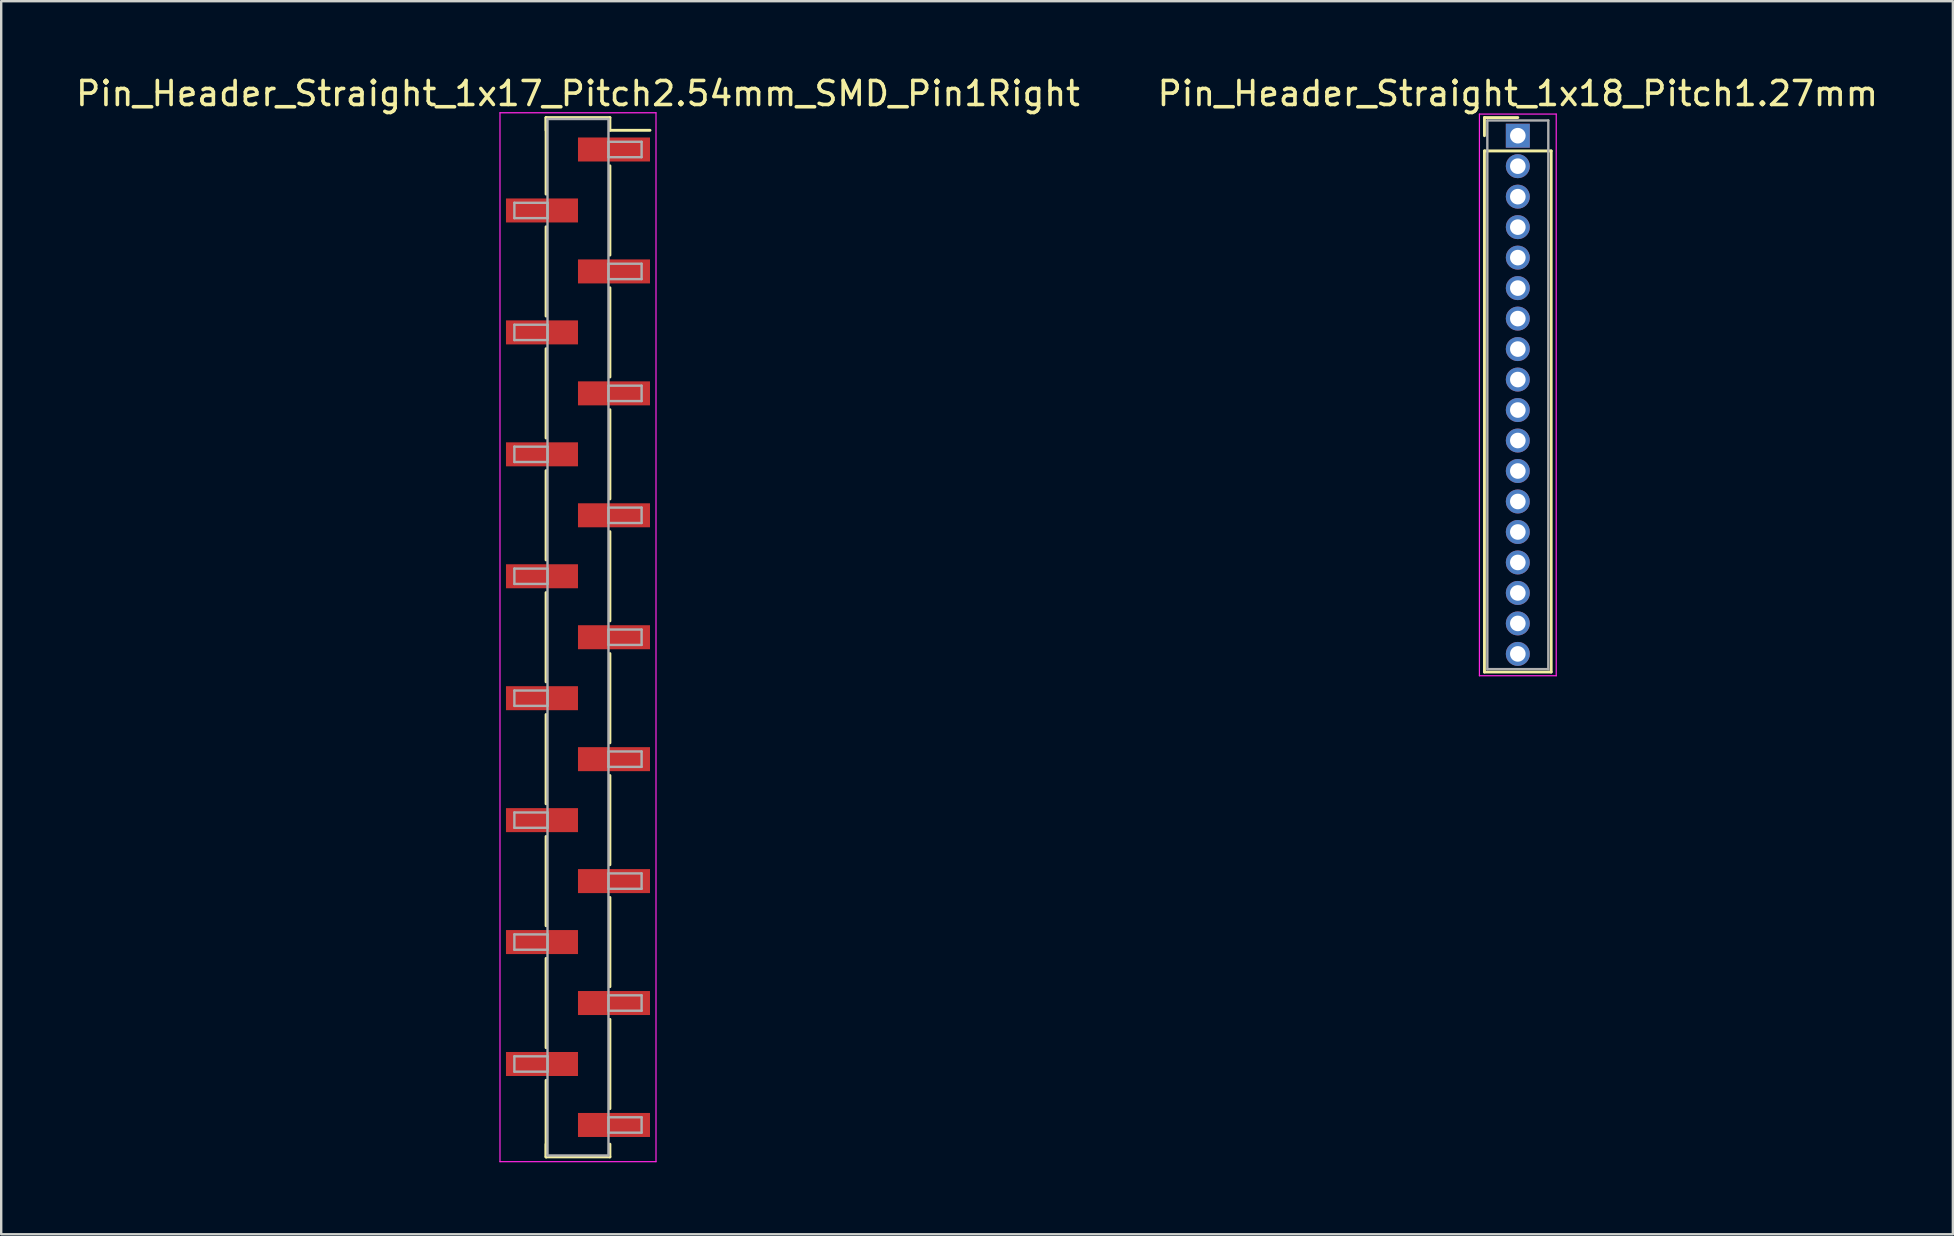
<source format=kicad_pcb>
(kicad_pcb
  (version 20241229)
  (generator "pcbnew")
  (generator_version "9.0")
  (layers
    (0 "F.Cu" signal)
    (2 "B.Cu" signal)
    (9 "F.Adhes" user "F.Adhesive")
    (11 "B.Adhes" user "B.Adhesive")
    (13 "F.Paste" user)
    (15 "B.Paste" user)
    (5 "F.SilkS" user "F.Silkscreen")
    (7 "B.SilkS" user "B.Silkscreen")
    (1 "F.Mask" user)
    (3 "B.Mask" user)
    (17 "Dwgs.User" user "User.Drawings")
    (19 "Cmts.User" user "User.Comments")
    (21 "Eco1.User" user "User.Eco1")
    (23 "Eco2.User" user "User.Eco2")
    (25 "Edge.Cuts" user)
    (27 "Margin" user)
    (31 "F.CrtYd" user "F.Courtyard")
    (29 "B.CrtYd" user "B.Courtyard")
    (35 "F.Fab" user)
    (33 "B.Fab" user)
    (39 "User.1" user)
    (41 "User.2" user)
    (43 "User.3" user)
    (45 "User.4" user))
  (footprint "Pin_Header_Straight_1x18_Pitch1.27mm"
    (layer "F.Cu")
    (at 60.185 2.603)
    (property "Reference" "Pin_Header_Straight_1x18_Pitch1.27mm" (at 0 -1.755 0) (layer "F.SilkS") (effects (font (size 1 1) (thickness 0.15))))
    (attr through_hole)
    (fp_line (start -1.39 -0.755) (end 0 -0.755) (stroke (width 0.12) (type solid)) (layer "F.SilkS"))
    (fp_line (start -1.39 0) (end -1.39 -0.755) (stroke (width 0.12) (type solid)) (layer "F.SilkS"))
    (fp_line (start -1.39 0.635) (end -1.39 22.345) (stroke (width 0.12) (type solid)) (layer "F.SilkS"))
    (fp_line (start -1.39 22.345) (end 1.39 22.345) (stroke (width 0.12) (type solid)) (layer "F.SilkS"))
    (fp_line (start 1.39 0.635) (end -1.39 0.635) (stroke (width 0.12) (type solid)) (layer "F.SilkS"))
    (fp_line (start 1.39 22.345) (end 1.39 0.635) (stroke (width 0.12) (type solid)) (layer "F.SilkS"))
    (fp_line (start -1.6 -0.9) (end -1.6 22.5) (stroke (width 0.05) (type solid)) (layer "F.CrtYd"))
    (fp_line (start -1.6 22.5) (end 1.6 22.5) (stroke (width 0.05) (type solid)) (layer "F.CrtYd"))
    (fp_line (start 1.6 -0.9) (end -1.6 -0.9) (stroke (width 0.05) (type solid)) (layer "F.CrtYd"))
    (fp_line (start 1.6 22.5) (end 1.6 -0.9) (stroke (width 0.05) (type solid)) (layer "F.CrtYd"))
    (fp_line (start -1.27 -0.635) (end -1.27 22.225) (stroke (width 0.1) (type solid)) (layer "F.Fab"))
    (fp_line (start -1.27 22.225) (end 1.27 22.225) (stroke (width 0.1) (type solid)) (layer "F.Fab"))
    (fp_line (start 1.27 -0.635) (end -1.27 -0.635) (stroke (width 0.1) (type solid)) (layer "F.Fab"))
    (fp_line (start 1.27 22.225) (end 1.27 -0.635) (stroke (width 0.1) (type solid)) (layer "F.Fab"))
    (pad "1" thru_hole rect (at 0 0) (size 1 1) (drill 0.65) (layers "*.Cu" "*.Mask"))
    (pad "2" thru_hole oval (at 0 1.27) (size 1 1) (drill 0.65) (layers "*.Cu" "*.Mask"))
    (pad "3" thru_hole oval (at 0 2.54) (size 1 1) (drill 0.65) (layers "*.Cu" "*.Mask"))
    (pad "4" thru_hole oval (at 0 3.81) (size 1 1) (drill 0.65) (layers "*.Cu" "*.Mask"))
    (pad "5" thru_hole oval (at 0 5.08) (size 1 1) (drill 0.65) (layers "*.Cu" "*.Mask"))
    (pad "6" thru_hole oval (at 0 6.35) (size 1 1) (drill 0.65) (layers "*.Cu" "*.Mask"))
    (pad "7" thru_hole oval (at 0 7.62) (size 1 1) (drill 0.65) (layers "*.Cu" "*.Mask"))
    (pad "8" thru_hole oval (at 0 8.89) (size 1 1) (drill 0.65) (layers "*.Cu" "*.Mask"))
    (pad "9" thru_hole oval (at 0 10.16) (size 1 1) (drill 0.65) (layers "*.Cu" "*.Mask"))
    (pad "10" thru_hole oval (at 0 11.43) (size 1 1) (drill 0.65) (layers "*.Cu" "*.Mask"))
    (pad "11" thru_hole oval (at 0 12.7) (size 1 1) (drill 0.65) (layers "*.Cu" "*.Mask"))
    (pad "12" thru_hole oval (at 0 13.97) (size 1 1) (drill 0.65) (layers "*.Cu" "*.Mask"))
    (pad "13" thru_hole oval (at 0 15.24) (size 1 1) (drill 0.65) (layers "*.Cu" "*.Mask"))
    (pad "14" thru_hole oval (at 0 16.51) (size 1 1) (drill 0.65) (layers "*.Cu" "*.Mask"))
    (pad "15" thru_hole oval (at 0 17.78) (size 1 1) (drill 0.65) (layers "*.Cu" "*.Mask"))
    (pad "16" thru_hole oval (at 0 19.05) (size 1 1) (drill 0.65) (layers "*.Cu" "*.Mask"))
    (pad "17" thru_hole oval (at 0 20.32) (size 1 1) (drill 0.65) (layers "*.Cu" "*.Mask"))
    (pad "18" thru_hole oval (at 0 21.59) (size 1 1) (drill 0.65) (layers "*.Cu" "*.Mask")))
  (footprint "Pin_Header_Straight_1x17_Pitch2.54mm_SMD_Pin1Right"
    (layer "F.Cu")
    (at 21.03 23.498)
    (property "Reference" "Pin_Header_Straight_1x17_Pitch2.54mm_SMD_Pin1Right" (at 0 -22.65 0) (layer "F.SilkS") (effects (font (size 1 1) (thickness 0.15))))
    (attr smd)
    (fp_line (start -1.33 -21.65) (end -1.33 -18.46) (stroke (width 0.12) (type solid)) (layer "F.SilkS"))
    (fp_line (start -1.33 -21.65) (end 1.33 -21.65) (stroke (width 0.12) (type solid)) (layer "F.SilkS"))
    (fp_line (start -1.33 -21.12) (end -1.33 -21.65) (stroke (width 0.12) (type solid)) (layer "F.SilkS"))
    (fp_line (start -1.33 -17.1) (end -1.33 -13.38) (stroke (width 0.12) (type solid)) (layer "F.SilkS"))
    (fp_line (start -1.33 -12.02) (end -1.33 -8.3) (stroke (width 0.12) (type solid)) (layer "F.SilkS"))
    (fp_line (start -1.33 -6.94) (end -1.33 -3.22) (stroke (width 0.12) (type solid)) (layer "F.SilkS"))
    (fp_line (start -1.33 -1.86) (end -1.33 1.86) (stroke (width 0.12) (type solid)) (layer "F.SilkS"))
    (fp_line (start -1.33 3.22) (end -1.33 6.94) (stroke (width 0.12) (type solid)) (layer "F.SilkS"))
    (fp_line (start -1.33 8.3) (end -1.33 12.02) (stroke (width 0.12) (type solid)) (layer "F.SilkS"))
    (fp_line (start -1.33 13.38) (end -1.33 17.1) (stroke (width 0.12) (type solid)) (layer "F.SilkS"))
    (fp_line (start -1.33 18.46) (end -1.33 21.65) (stroke (width 0.12) (type solid)) (layer "F.SilkS"))
    (fp_line (start -1.33 21.12) (end -1.33 21.65) (stroke (width 0.12) (type solid)) (layer "F.SilkS"))
    (fp_line (start -1.33 21.65) (end 1.33 21.65) (stroke (width 0.12) (type solid)) (layer "F.SilkS"))
    (fp_line (start 1.33 -21.65) (end 1.33 -21.12) (stroke (width 0.12) (type solid)) (layer "F.SilkS"))
    (fp_line (start 1.33 -21.12) (end 3 -21.12) (stroke (width 0.12) (type solid)) (layer "F.SilkS"))
    (fp_line (start 1.33 -19.64) (end 1.33 -15.92) (stroke (width 0.12) (type solid)) (layer "F.SilkS"))
    (fp_line (start 1.33 -14.56) (end 1.33 -10.84) (stroke (width 0.12) (type solid)) (layer "F.SilkS"))
    (fp_line (start 1.33 -9.48) (end 1.33 -5.76) (stroke (width 0.12) (type solid)) (layer "F.SilkS"))
    (fp_line (start 1.33 -4.4) (end 1.33 -0.68) (stroke (width 0.12) (type solid)) (layer "F.SilkS"))
    (fp_line (start 1.33 0.68) (end 1.33 4.4) (stroke (width 0.12) (type solid)) (layer "F.SilkS"))
    (fp_line (start 1.33 5.76) (end 1.33 9.48) (stroke (width 0.12) (type solid)) (layer "F.SilkS"))
    (fp_line (start 1.33 10.84) (end 1.33 14.56) (stroke (width 0.12) (type solid)) (layer "F.SilkS"))
    (fp_line (start 1.33 15.92) (end 1.33 19.64) (stroke (width 0.12) (type solid)) (layer "F.SilkS"))
    (fp_line (start 1.33 21.65) (end 1.33 21.12) (stroke (width 0.12) (type solid)) (layer "F.SilkS"))
    (fp_line (start -3.25 -21.85) (end -3.25 21.85) (stroke (width 0.05) (type solid)) (layer "F.CrtYd"))
    (fp_line (start -3.25 21.85) (end 3.25 21.85) (stroke (width 0.05) (type solid)) (layer "F.CrtYd"))
    (fp_line (start 3.25 -21.85) (end -3.25 -21.85) (stroke (width 0.05) (type solid)) (layer "F.CrtYd"))
    (fp_line (start 3.25 21.85) (end 3.25 -21.85) (stroke (width 0.05) (type solid)) (layer "F.CrtYd"))
    (fp_line (start -2.65 -18.1) (end -1.27 -18.1) (stroke (width 0.1) (type solid)) (layer "F.Fab"))
    (fp_line (start -2.65 -17.46) (end -2.65 -18.1) (stroke (width 0.1) (type solid)) (layer "F.Fab"))
    (fp_line (start -2.65 -13.02) (end -1.27 -13.02) (stroke (width 0.1) (type solid)) (layer "F.Fab"))
    (fp_line (start -2.65 -12.38) (end -2.65 -13.02) (stroke (width 0.1) (type solid)) (layer "F.Fab"))
    (fp_line (start -2.65 -7.94) (end -1.27 -7.94) (stroke (width 0.1) (type solid)) (layer "F.Fab"))
    (fp_line (start -2.65 -7.3) (end -2.65 -7.94) (stroke (width 0.1) (type solid)) (layer "F.Fab"))
    (fp_line (start -2.65 -2.86) (end -1.27 -2.86) (stroke (width 0.1) (type solid)) (layer "F.Fab"))
    (fp_line (start -2.65 -2.22) (end -2.65 -2.86) (stroke (width 0.1) (type solid)) (layer "F.Fab"))
    (fp_line (start -2.65 2.22) (end -1.27 2.22) (stroke (width 0.1) (type solid)) (layer "F.Fab"))
    (fp_line (start -2.65 2.86) (end -2.65 2.22) (stroke (width 0.1) (type solid)) (layer "F.Fab"))
    (fp_line (start -2.65 7.3) (end -1.27 7.3) (stroke (width 0.1) (type solid)) (layer "F.Fab"))
    (fp_line (start -2.65 7.94) (end -2.65 7.3) (stroke (width 0.1) (type solid)) (layer "F.Fab"))
    (fp_line (start -2.65 12.38) (end -1.27 12.38) (stroke (width 0.1) (type solid)) (layer "F.Fab"))
    (fp_line (start -2.65 13.02) (end -2.65 12.38) (stroke (width 0.1) (type solid)) (layer "F.Fab"))
    (fp_line (start -2.65 17.46) (end -1.27 17.46) (stroke (width 0.1) (type solid)) (layer "F.Fab"))
    (fp_line (start -2.65 18.1) (end -2.65 17.46) (stroke (width 0.1) (type solid)) (layer "F.Fab"))
    (fp_line (start -1.27 -21.59) (end -1.27 21.59) (stroke (width 0.1) (type solid)) (layer "F.Fab"))
    (fp_line (start -1.27 -18.1) (end -1.27 -17.46) (stroke (width 0.1) (type solid)) (layer "F.Fab"))
    (fp_line (start -1.27 -17.46) (end -2.65 -17.46) (stroke (width 0.1) (type solid)) (layer "F.Fab"))
    (fp_line (start -1.27 -13.02) (end -1.27 -12.38) (stroke (width 0.1) (type solid)) (layer "F.Fab"))
    (fp_line (start -1.27 -12.38) (end -2.65 -12.38) (stroke (width 0.1) (type solid)) (layer "F.Fab"))
    (fp_line (start -1.27 -7.94) (end -1.27 -7.3) (stroke (width 0.1) (type solid)) (layer "F.Fab"))
    (fp_line (start -1.27 -7.3) (end -2.65 -7.3) (stroke (width 0.1) (type solid)) (layer "F.Fab"))
    (fp_line (start -1.27 -2.86) (end -1.27 -2.22) (stroke (width 0.1) (type solid)) (layer "F.Fab"))
    (fp_line (start -1.27 -2.22) (end -2.65 -2.22) (stroke (width 0.1) (type solid)) (layer "F.Fab"))
    (fp_line (start -1.27 2.22) (end -1.27 2.86) (stroke (width 0.1) (type solid)) (layer "F.Fab"))
    (fp_line (start -1.27 2.86) (end -2.65 2.86) (stroke (width 0.1) (type solid)) (layer "F.Fab"))
    (fp_line (start -1.27 7.3) (end -1.27 7.94) (stroke (width 0.1) (type solid)) (layer "F.Fab"))
    (fp_line (start -1.27 7.94) (end -2.65 7.94) (stroke (width 0.1) (type solid)) (layer "F.Fab"))
    (fp_line (start -1.27 12.38) (end -1.27 13.02) (stroke (width 0.1) (type solid)) (layer "F.Fab"))
    (fp_line (start -1.27 13.02) (end -2.65 13.02) (stroke (width 0.1) (type solid)) (layer "F.Fab"))
    (fp_line (start -1.27 17.46) (end -1.27 18.1) (stroke (width 0.1) (type solid)) (layer "F.Fab"))
    (fp_line (start -1.27 18.1) (end -2.65 18.1) (stroke (width 0.1) (type solid)) (layer "F.Fab"))
    (fp_line (start -1.27 21.59) (end 1.27 21.59) (stroke (width 0.1) (type solid)) (layer "F.Fab"))
    (fp_line (start 1.27 -21.59) (end -1.27 -21.59) (stroke (width 0.1) (type solid)) (layer "F.Fab"))
    (fp_line (start 1.27 -20.64) (end 1.27 -20) (stroke (width 0.1) (type solid)) (layer "F.Fab"))
    (fp_line (start 1.27 -20) (end 2.65 -20) (stroke (width 0.1) (type solid)) (layer "F.Fab"))
    (fp_line (start 1.27 -15.56) (end 1.27 -14.92) (stroke (width 0.1) (type solid)) (layer "F.Fab"))
    (fp_line (start 1.27 -14.92) (end 2.65 -14.92) (stroke (width 0.1) (type solid)) (layer "F.Fab"))
    (fp_line (start 1.27 -10.48) (end 1.27 -9.84) (stroke (width 0.1) (type solid)) (layer "F.Fab"))
    (fp_line (start 1.27 -9.84) (end 2.65 -9.84) (stroke (width 0.1) (type solid)) (layer "F.Fab"))
    (fp_line (start 1.27 -5.4) (end 1.27 -4.76) (stroke (width 0.1) (type solid)) (layer "F.Fab"))
    (fp_line (start 1.27 -4.76) (end 2.65 -4.76) (stroke (width 0.1) (type solid)) (layer "F.Fab"))
    (fp_line (start 1.27 -0.32) (end 1.27 0.32) (stroke (width 0.1) (type solid)) (layer "F.Fab"))
    (fp_line (start 1.27 0.32) (end 2.65 0.32) (stroke (width 0.1) (type solid)) (layer "F.Fab"))
    (fp_line (start 1.27 4.76) (end 1.27 5.4) (stroke (width 0.1) (type solid)) (layer "F.Fab"))
    (fp_line (start 1.27 5.4) (end 2.65 5.4) (stroke (width 0.1) (type solid)) (layer "F.Fab"))
    (fp_line (start 1.27 9.84) (end 1.27 10.48) (stroke (width 0.1) (type solid)) (layer "F.Fab"))
    (fp_line (start 1.27 10.48) (end 2.65 10.48) (stroke (width 0.1) (type solid)) (layer "F.Fab"))
    (fp_line (start 1.27 14.92) (end 1.27 15.56) (stroke (width 0.1) (type solid)) (layer "F.Fab"))
    (fp_line (start 1.27 15.56) (end 2.65 15.56) (stroke (width 0.1) (type solid)) (layer "F.Fab"))
    (fp_line (start 1.27 20) (end 1.27 20.64) (stroke (width 0.1) (type solid)) (layer "F.Fab"))
    (fp_line (start 1.27 20.64) (end 2.65 20.64) (stroke (width 0.1) (type solid)) (layer "F.Fab"))
    (fp_line (start 1.27 21.59) (end 1.27 -21.59) (stroke (width 0.1) (type solid)) (layer "F.Fab"))
    (fp_line (start 2.65 -20.64) (end 1.27 -20.64) (stroke (width 0.1) (type solid)) (layer "F.Fab"))
    (fp_line (start 2.65 -20) (end 2.65 -20.64) (stroke (width 0.1) (type solid)) (layer "F.Fab"))
    (fp_line (start 2.65 -15.56) (end 1.27 -15.56) (stroke (width 0.1) (type solid)) (layer "F.Fab"))
    (fp_line (start 2.65 -14.92) (end 2.65 -15.56) (stroke (width 0.1) (type solid)) (layer "F.Fab"))
    (fp_line (start 2.65 -10.48) (end 1.27 -10.48) (stroke (width 0.1) (type solid)) (layer "F.Fab"))
    (fp_line (start 2.65 -9.84) (end 2.65 -10.48) (stroke (width 0.1) (type solid)) (layer "F.Fab"))
    (fp_line (start 2.65 -5.4) (end 1.27 -5.4) (stroke (width 0.1) (type solid)) (layer "F.Fab"))
    (fp_line (start 2.65 -4.76) (end 2.65 -5.4) (stroke (width 0.1) (type solid)) (layer "F.Fab"))
    (fp_line (start 2.65 -0.32) (end 1.27 -0.32) (stroke (width 0.1) (type solid)) (layer "F.Fab"))
    (fp_line (start 2.65 0.32) (end 2.65 -0.32) (stroke (width 0.1) (type solid)) (layer "F.Fab"))
    (fp_line (start 2.65 4.76) (end 1.27 4.76) (stroke (width 0.1) (type solid)) (layer "F.Fab"))
    (fp_line (start 2.65 5.4) (end 2.65 4.76) (stroke (width 0.1) (type solid)) (layer "F.Fab"))
    (fp_line (start 2.65 9.84) (end 1.27 9.84) (stroke (width 0.1) (type solid)) (layer "F.Fab"))
    (fp_line (start 2.65 10.48) (end 2.65 9.84) (stroke (width 0.1) (type solid)) (layer "F.Fab"))
    (fp_line (start 2.65 14.92) (end 1.27 14.92) (stroke (width 0.1) (type solid)) (layer "F.Fab"))
    (fp_line (start 2.65 15.56) (end 2.65 14.92) (stroke (width 0.1) (type solid)) (layer "F.Fab"))
    (fp_line (start 2.65 20) (end 1.27 20) (stroke (width 0.1) (type solid)) (layer "F.Fab"))
    (fp_line (start 2.65 20.64) (end 2.65 20) (stroke (width 0.1) (type solid)) (layer "F.Fab"))
    (pad "1" smd rect (at 1.5 -20.32) (size 3 1) (layers "F.Cu" "F.Mask"))
    (pad "2" smd rect (at -1.5 -17.78) (size 3 1) (layers "F.Cu" "F.Mask"))
    (pad "3" smd rect (at 1.5 -15.24) (size 3 1) (layers "F.Cu" "F.Mask"))
    (pad "4" smd rect (at -1.5 -12.7) (size 3 1) (layers "F.Cu" "F.Mask"))
    (pad "5" smd rect (at 1.5 -10.16) (size 3 1) (layers "F.Cu" "F.Mask"))
    (pad "6" smd rect (at -1.5 -7.62) (size 3 1) (layers "F.Cu" "F.Mask"))
    (pad "7" smd rect (at 1.5 -5.08) (size 3 1) (layers "F.Cu" "F.Mask"))
    (pad "8" smd rect (at -1.5 -2.54) (size 3 1) (layers "F.Cu" "F.Mask"))
    (pad "9" smd rect (at 1.5 0) (size 3 1) (layers "F.Cu" "F.Mask"))
    (pad "10" smd rect (at -1.5 2.54) (size 3 1) (layers "F.Cu" "F.Mask"))
    (pad "11" smd rect (at 1.5 5.08) (size 3 1) (layers "F.Cu" "F.Mask"))
    (pad "12" smd rect (at -1.5 7.62) (size 3 1) (layers "F.Cu" "F.Mask"))
    (pad "13" smd rect (at 1.5 10.16) (size 3 1) (layers "F.Cu" "F.Mask"))
    (pad "14" smd rect (at -1.5 12.7) (size 3 1) (layers "F.Cu" "F.Mask"))
    (pad "15" smd rect (at 1.5 15.24) (size 3 1) (layers "F.Cu" "F.Mask"))
    (pad "16" smd rect (at -1.5 17.78) (size 3 1) (layers "F.Cu" "F.Mask"))
    (pad "17" smd rect (at 1.5 20.32) (size 3 1) (layers "F.Cu" "F.Mask")))
  (gr_rect
    (start -3 -3)
    (end 78.31 48.373)
    (stroke (width 0.1) (type default))
    (fill no)
    (layer "Edge.Cuts")))
</source>
